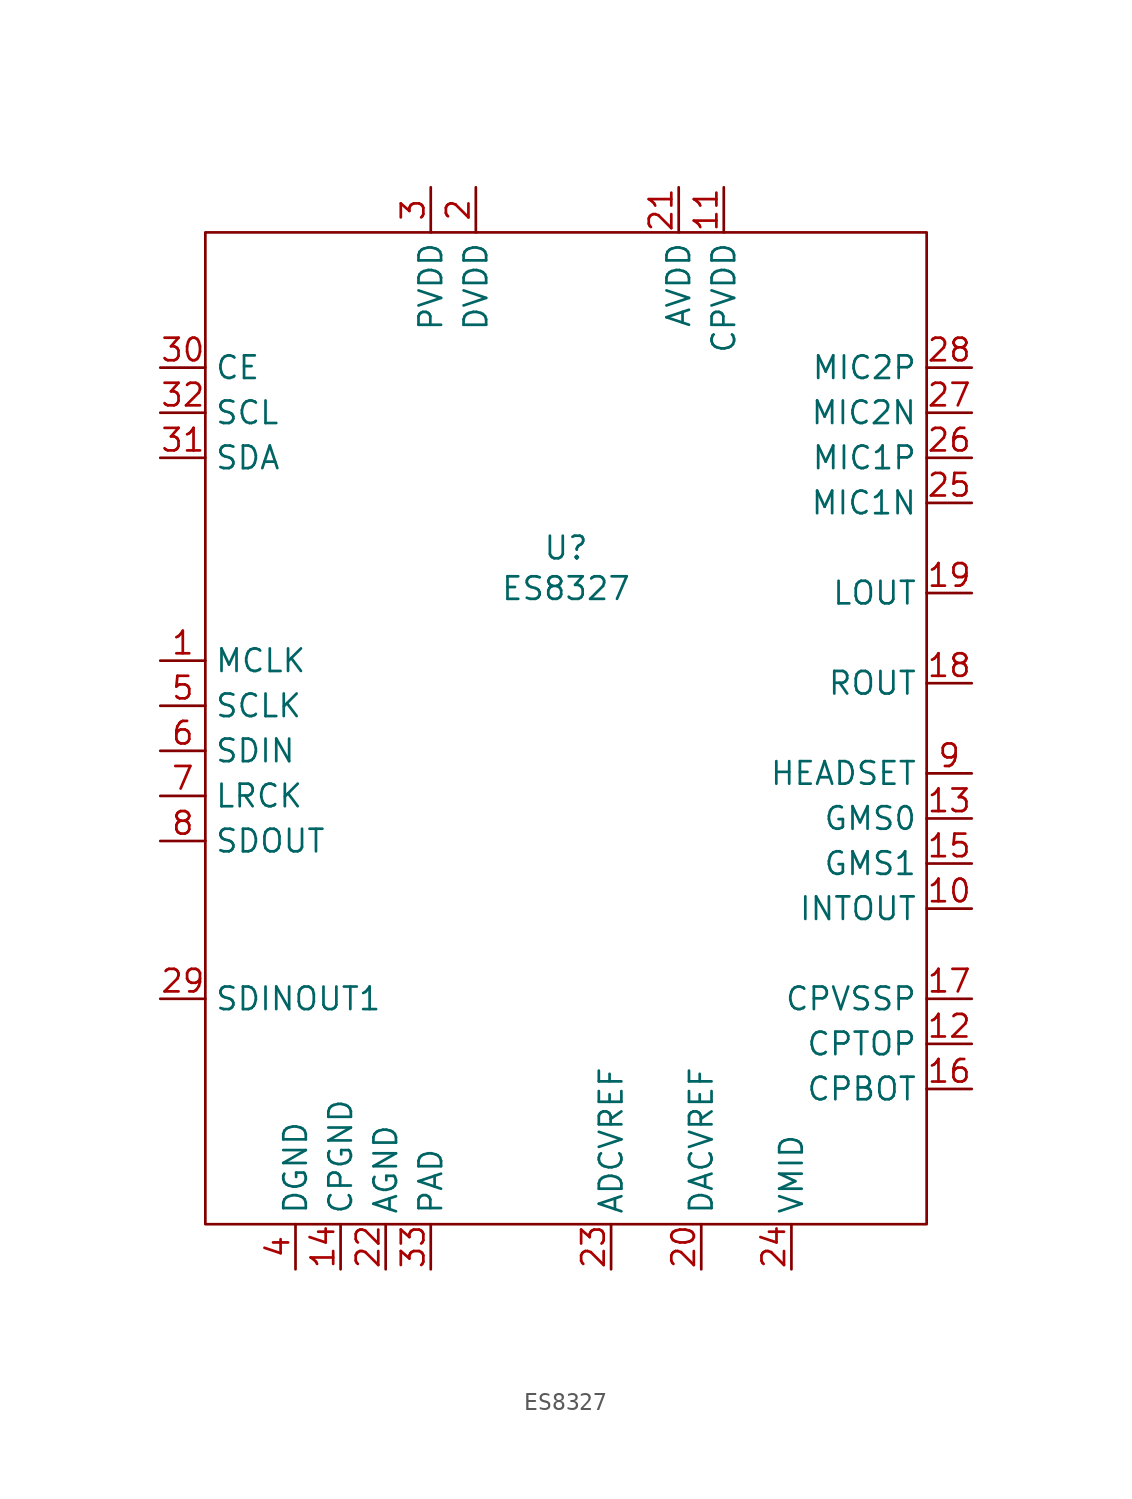
<source format=kicad_sym>
(kicad_symbol_lib
  (version 20241209)
  (generator "kicad_symbol_editor")
  (generator_version "9.0")
  (symbol "ES8327"
    (property "Reference" "U"
      (at 0 0 0)
      (effects (font (size 1.27 1.27))))
    (property "Value" "ES8327"
      (at 0 -2.286 0)
      (effects (font (size 1.27 1.27))))
    (symbol "ES8327_0_1"
      (rectangle (start -20.32 17.78) (end 20.32 -38.1) (stroke (width 0) (type default)) (fill (type none))))
    (symbol "ES8327_1_1"
      (pin input line (at -22.86 10.16 0) (length 2.54) (name "CE" (effects (font (size 1.27 1.27)))) (number "30" (effects (font (size 1.27 1.27)))))
      (pin input line (at -22.86 7.62 0) (length 2.54) (name "SCL" (effects (font (size 1.27 1.27)))) (number "32" (effects (font (size 1.27 1.27)))))
      (pin bidirectional line (at -22.86 5.08 0) (length 2.54) (name "SDA" (effects (font (size 1.27 1.27)))) (number "31" (effects (font (size 1.27 1.27)))))
      (pin input line (at -22.86 -6.35 0) (length 2.54) (name "MCLK" (effects (font (size 1.27 1.27)))) (number "1" (effects (font (size 1.27 1.27)))))
      (pin input line (at -22.86 -8.89 0) (length 2.54) (name "SCLK" (effects (font (size 1.27 1.27)))) (number "5" (effects (font (size 1.27 1.27)))))
      (pin input line (at -22.86 -11.43 0) (length 2.54) (name "SDIN" (effects (font (size 1.27 1.27)))) (number "6" (effects (font (size 1.27 1.27)))))
      (pin input line (at -22.86 -13.97 0) (length 2.54) (name "LRCK" (effects (font (size 1.27 1.27)))) (number "7" (effects (font (size 1.27 1.27)))))
      (pin output line (at -22.86 -16.51 0) (length 2.54) (name "SDOUT" (effects (font (size 1.27 1.27)))) (number "8" (effects (font (size 1.27 1.27)))))
      (pin output line (at -22.86 -25.4 0) (length 2.54) (name "SDINOUT1" (effects (font (size 1.27 1.27)))) (number "29" (effects (font (size 1.27 1.27)))))
      (pin power_in line (at -15.24 -40.64 90) (length 2.54) (name "DGND" (effects (font (size 1.27 1.27)))) (number "4" (effects (font (size 1.27 1.27)))))
      (pin power_in line (at -12.7 -40.64 90) (length 2.54) (name "CPGND" (effects (font (size 1.27 1.27)))) (number "14" (effects (font (size 1.27 1.27)))))
      (pin power_in line (at -10.16 -40.64 90) (length 2.54) (name "AGND" (effects (font (size 1.27 1.27)))) (number "22" (effects (font (size 1.27 1.27)))))
      (pin power_in line (at -7.62 20.32 270) (length 2.54) (name "PVDD" (effects (font (size 1.27 1.27)))) (number "3" (effects (font (size 1.27 1.27)))))
      (pin power_in line (at -7.62 -40.64 90) (length 2.54) (name "PAD" (effects (font (size 1.27 1.27)))) (number "33" (effects (font (size 1.27 1.27)))))
      (pin power_in line (at -5.08 20.32 270) (length 2.54) (name "DVDD" (effects (font (size 1.27 1.27)))) (number "2" (effects (font (size 1.27 1.27)))))
      (pin power_in line (at 2.54 -40.64 90) (length 2.54) (name "ADCVREF" (effects (font (size 1.27 1.27)))) (number "23" (effects (font (size 1.27 1.27)))))
      (pin power_in line (at 6.35 20.32 270) (length 2.54) (name "AVDD" (effects (font (size 1.27 1.27)))) (number "21" (effects (font (size 1.27 1.27)))))
      (pin power_in line (at 7.62 -40.64 90) (length 2.54) (name "DACVREF" (effects (font (size 1.27 1.27)))) (number "20" (effects (font (size 1.27 1.27)))))
      (pin power_in line (at 8.89 20.32 270) (length 2.54) (name "CPVDD" (effects (font (size 1.27 1.27)))) (number "11" (effects (font (size 1.27 1.27)))))
      (pin power_in line (at 12.7 -40.64 90) (length 2.54) (name "VMID" (effects (font (size 1.27 1.27)))) (number "24" (effects (font (size 1.27 1.27)))))
      (pin input line (at 22.86 10.16 180) (length 2.54) (name "MIC2P" (effects (font (size 1.27 1.27)))) (number "28" (effects (font (size 1.27 1.27)))))
      (pin input line (at 22.86 7.62 180) (length 2.54) (name "MIC2N" (effects (font (size 1.27 1.27)))) (number "27" (effects (font (size 1.27 1.27)))))
      (pin input line (at 22.86 5.08 180) (length 2.54) (name "MIC1P" (effects (font (size 1.27 1.27)))) (number "26" (effects (font (size 1.27 1.27)))))
      (pin input line (at 22.86 2.54 180) (length 2.54) (name "MIC1N" (effects (font (size 1.27 1.27)))) (number "25" (effects (font (size 1.27 1.27)))))
      (pin output line (at 22.86 -2.54 180) (length 2.54) (name "LOUT" (effects (font (size 1.27 1.27)))) (number "19" (effects (font (size 1.27 1.27)))))
      (pin output line (at 22.86 -7.62 180) (length 2.54) (name "ROUT" (effects (font (size 1.27 1.27)))) (number "18" (effects (font (size 1.27 1.27)))))
      (pin bidirectional line (at 22.86 -12.7 180) (length 2.54) (name "HEADSET" (effects (font (size 1.27 1.27)))) (number "9" (effects (font (size 1.27 1.27)))))
      (pin input line (at 22.86 -15.24 180) (length 2.54) (name "GMS0" (effects (font (size 1.27 1.27)))) (number "13" (effects (font (size 1.27 1.27)))))
      (pin input line (at 22.86 -17.78 180) (length 2.54) (name "GMS1" (effects (font (size 1.27 1.27)))) (number "15" (effects (font (size 1.27 1.27)))))
      (pin output line (at 22.86 -20.32 180) (length 2.54) (name "INTOUT" (effects (font (size 1.27 1.27)))) (number "10" (effects (font (size 1.27 1.27)))))
      (pin power_in line (at 22.86 -25.4 180) (length 2.54) (name "CPVSSP" (effects (font (size 1.27 1.27)))) (number "17" (effects (font (size 1.27 1.27)))))
      (pin power_in line (at 22.86 -27.94 180) (length 2.54) (name "CPTOP" (effects (font (size 1.27 1.27)))) (number "12" (effects (font (size 1.27 1.27)))))
      (pin power_in line (at 22.86 -30.48 180) (length 2.54) (name "CPBOT" (effects (font (size 1.27 1.27)))) (number "16" (effects (font (size 1.27 1.27))))))))
</source>
